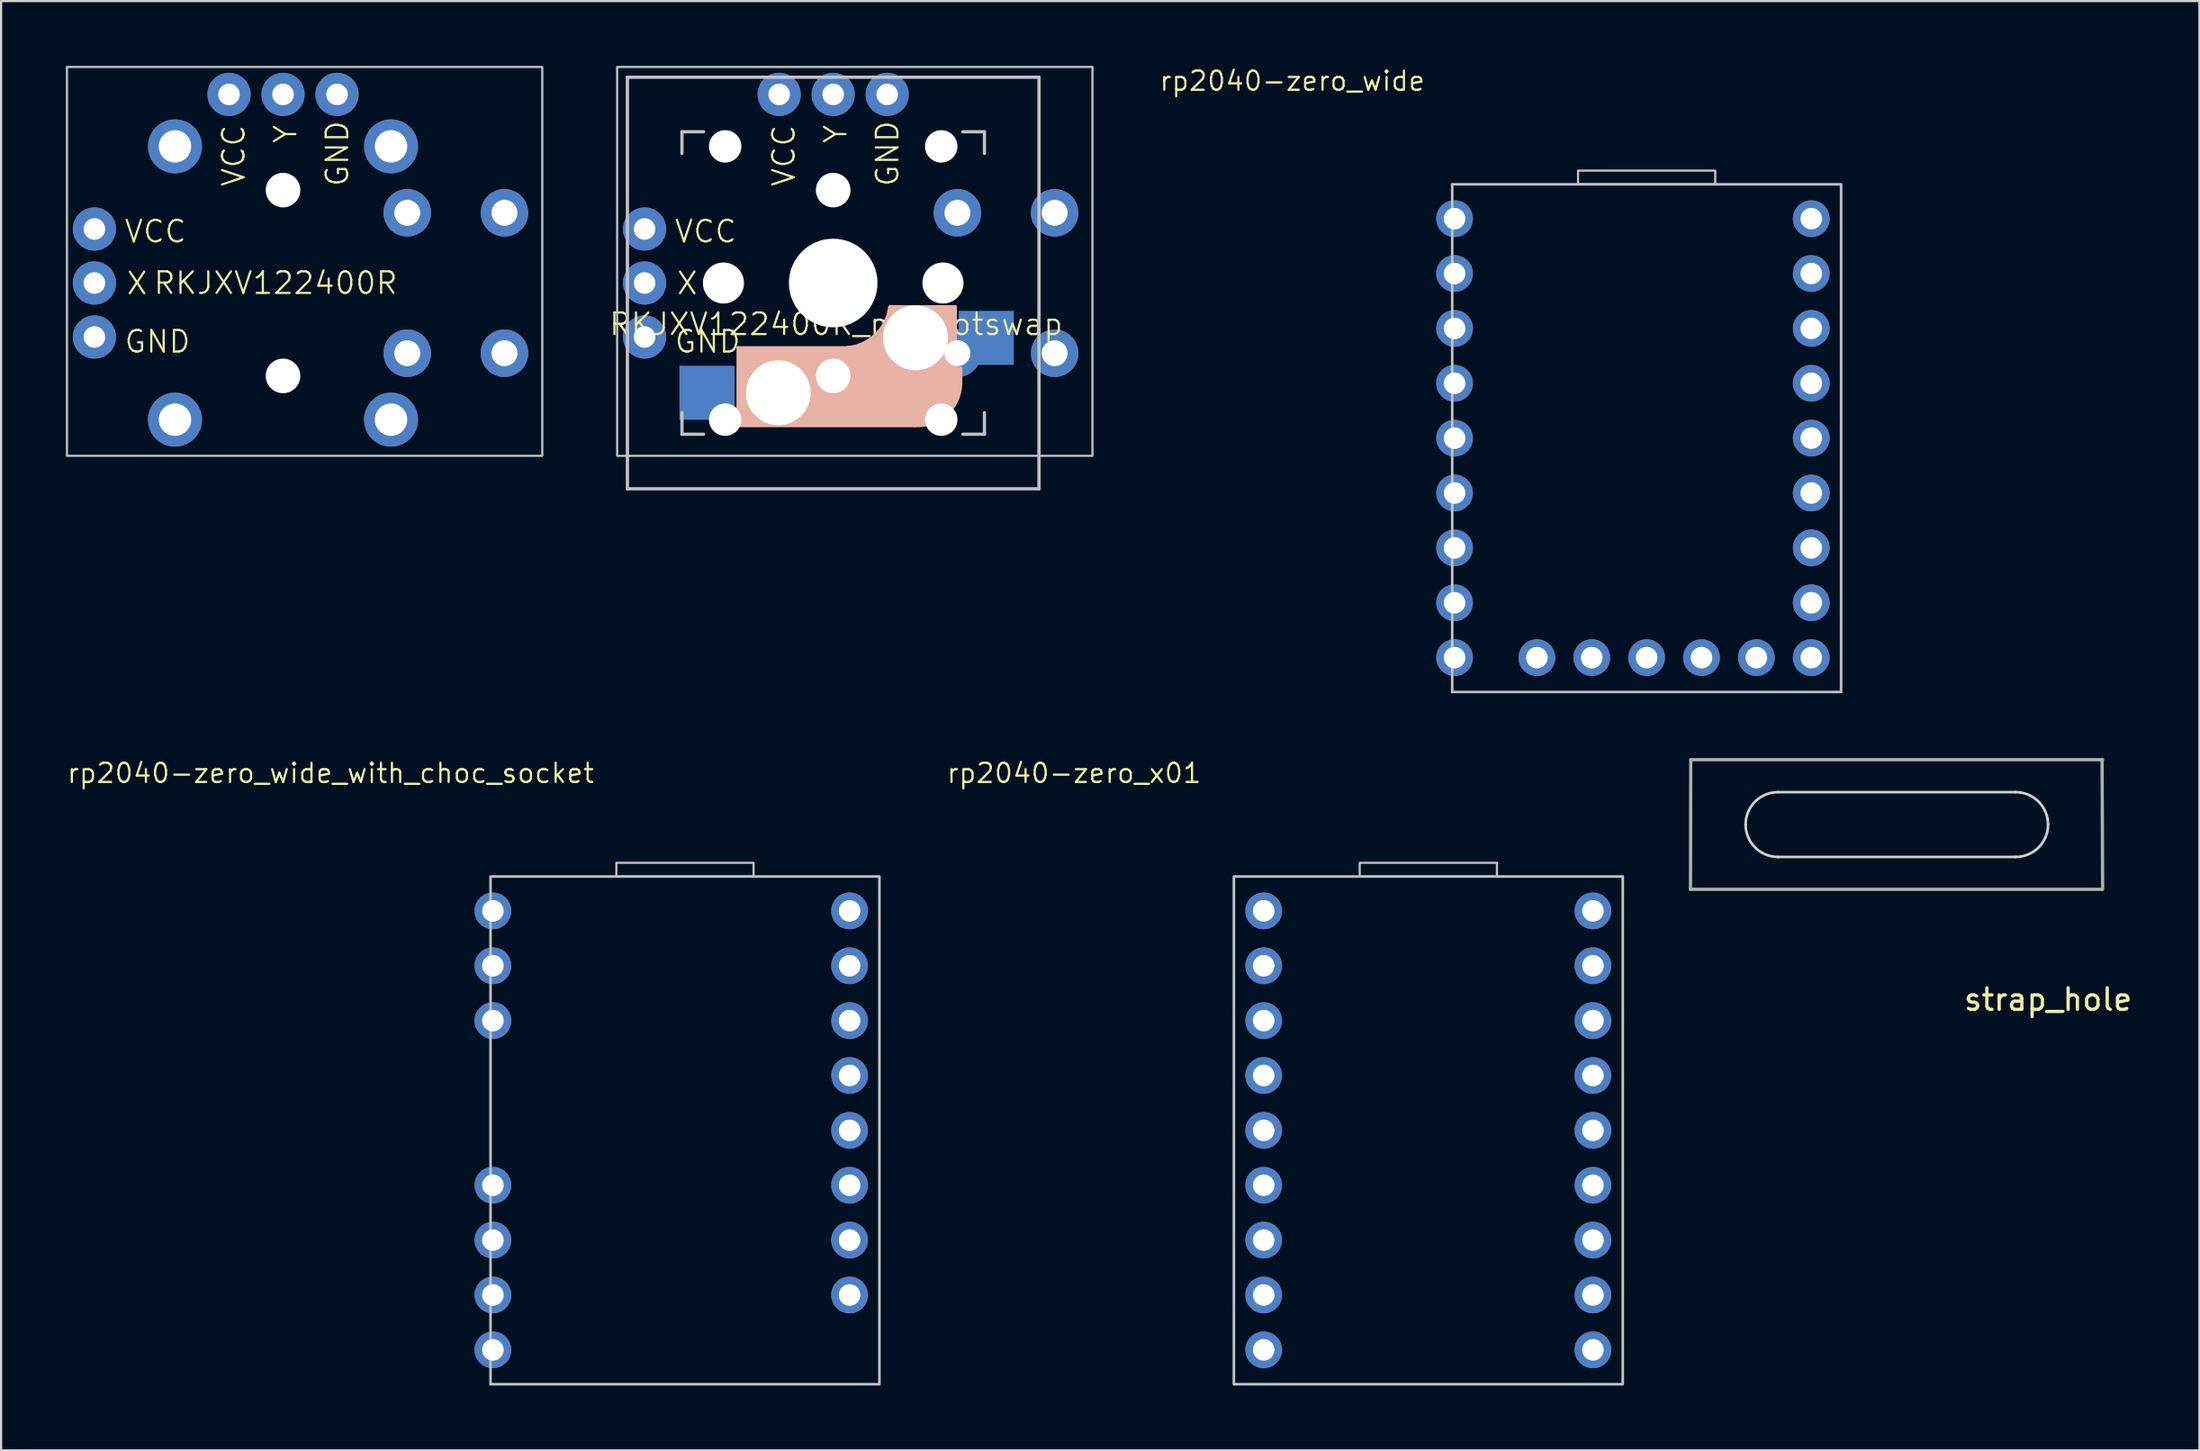
<source format=kicad_pcb>
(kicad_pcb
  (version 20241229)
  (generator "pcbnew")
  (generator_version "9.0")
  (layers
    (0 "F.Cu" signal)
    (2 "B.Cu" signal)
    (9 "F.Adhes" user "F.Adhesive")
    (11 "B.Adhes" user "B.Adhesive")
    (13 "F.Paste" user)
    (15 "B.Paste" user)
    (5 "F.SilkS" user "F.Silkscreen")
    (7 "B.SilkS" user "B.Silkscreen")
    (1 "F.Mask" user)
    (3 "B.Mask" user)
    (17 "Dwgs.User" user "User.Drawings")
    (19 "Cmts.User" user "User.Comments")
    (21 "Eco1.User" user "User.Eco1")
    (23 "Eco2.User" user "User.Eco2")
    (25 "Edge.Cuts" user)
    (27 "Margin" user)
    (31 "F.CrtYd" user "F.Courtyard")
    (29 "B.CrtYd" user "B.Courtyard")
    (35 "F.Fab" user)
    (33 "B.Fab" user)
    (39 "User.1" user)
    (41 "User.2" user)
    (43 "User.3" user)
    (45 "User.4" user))
  (footprint "RKJXV122400R_mx_hotswap"
    (layer "F.Cu")
    (at 35.515 10.05)
    (property "Reference" "RKJXV122400R_mx_hotswap" (at 0.135 1.905 0) (unlocked yes) (layer "F.SilkS") (effects (font (size 1 1) (thickness 0.1))))
    (attr smd)
    (fp_line (start -4.4 3) (end -4.4 6.6) (stroke (width 0.15) (type solid)) (layer "B.SilkS"))
    (fp_line (start -4.4 6.6) (end 3.8 6.6) (stroke (width 0.15) (type solid)) (layer "B.SilkS"))
    (fp_line (start -4.38 4) (end -4.38 6.25) (stroke (width 0.15) (type solid)) (layer "B.SilkS"))
    (fp_line (start -4.25 6.4) (end -3 6.4) (stroke (width 0.4) (type solid)) (layer "B.SilkS"))
    (fp_line (start -4.2 3.25) (end -2.9 3.3) (stroke (width 0.5) (type solid)) (layer "B.SilkS"))
    (fp_line (start -3.9 6) (end -3.9 3.5) (stroke (width 1) (type solid)) (layer "B.SilkS"))
    (fp_line (start -2.6 4.8) (end 4.1 4.8) (stroke (width 3.5) (type solid)) (layer "B.SilkS"))
    (fp_line (start 0.4 3) (end -4.4 3) (stroke (width 0.15) (type solid)) (layer "B.SilkS"))
    (fp_line (start 4.17 5.1) (end 4.17 2.86) (stroke (width 3) (type solid)) (layer "B.SilkS"))
    (fp_line (start 5.3 1.6) (end 5.3 3.4) (stroke (width 0.8) (type solid)) (layer "B.SilkS"))
    (fp_line (start 5.45 1.3) (end 3 1.3) (stroke (width 0.5) (type solid)) (layer "B.SilkS"))
    (fp_line (start 5.65 1.1) (end 2.62 1.1) (stroke (width 0.15) (type solid)) (layer "B.SilkS"))
    (fp_line (start 5.65 5.55) (end 5.65 1.1) (stroke (width 0.15) (type solid)) (layer "B.SilkS"))
    (fp_line (start 5.8 4.05) (end 5.8 4.7) (stroke (width 0.3) (type solid)) (layer "B.SilkS"))
    (fp_line (start 5.9 3.95) (end 5.7 3.95) (stroke (width 0.15) (type solid)) (layer "B.SilkS"))
    (fp_line (start 5.9 4.7) (end 5.9 3.95) (stroke (width 0.15) (type solid)) (layer "B.SilkS"))
    (fp_arc (start 2.616318 1.121471) (mid 1.868709 2.486118) (end 0.4 3) (stroke (width 0.15) (type solid)) (layer "B.SilkS"))
    (fp_arc (start 3.016318 1.521471) (mid 2.268709 2.886118) (end 0.8 3.4) (stroke (width 1) (type solid)) (layer "B.SilkS"))
    (fp_arc (start 5.9 4.699999) (mid 5.243504 6.084924) (end 3.800001 6.6) (stroke (width 0.15) (type solid)) (layer "B.SilkS"))
    (fp_line (start -9.525 -9.525) (end 9.525 -9.525) (stroke (width 0.15) (type solid)) (layer "Dwgs.User"))
    (fp_line (start -9.525 9.525) (end -9.525 -9.525) (stroke (width 0.15) (type solid)) (layer "Dwgs.User"))
    (fp_line (start -7 -7) (end -7 -6) (stroke (width 0.15) (type solid)) (layer "Dwgs.User"))
    (fp_line (start -7 7) (end -7 6) (stroke (width 0.15) (type solid)) (layer "Dwgs.User"))
    (fp_line (start -7 7) (end -6 7) (stroke (width 0.15) (type solid)) (layer "Dwgs.User"))
    (fp_line (start -6 -7) (end -7 -7) (stroke (width 0.15) (type solid)) (layer "Dwgs.User"))
    (fp_line (start 7 -7) (end 6 -7) (stroke (width 0.15) (type solid)) (layer "Dwgs.User"))
    (fp_line (start 7 -6) (end 7 -7) (stroke (width 0.15) (type solid)) (layer "Dwgs.User"))
    (fp_line (start 7 6) (end 7 7) (stroke (width 0.15) (type solid)) (layer "Dwgs.User"))
    (fp_line (start 7 7) (end 6 7) (stroke (width 0.15) (type solid)) (layer "Dwgs.User"))
    (fp_line (start 9.525 -9.525) (end 9.525 9.525) (stroke (width 0.15) (type solid)) (layer "Dwgs.User"))
    (fp_line (start 9.525 9.525) (end -9.525 9.525) (stroke (width 0.15) (type solid)) (layer "Dwgs.User"))
    (fp_rect (start -10 8) (end 12 -10) (stroke (width 0.1) (type default)) (fill no) (layer "Dwgs.User"))
    (fp_text user "X" (at -7.3 0.6 0) (unlocked yes) (layer "F.SilkS") (effects (font (size 1 1) (thickness 0.1)) (justify left bottom)))
    (fp_text user "GND" (at 3.1 -4.4 90) (unlocked yes) (layer "F.SilkS") (effects (font (size 1 1) (thickness 0.1)) (justify left bottom)))
    (fp_text user "VCC" (at -1.7 -4.4 90) (unlocked yes) (layer "F.SilkS") (effects (font (size 1 1) (thickness 0.1)) (justify left bottom)))
    (fp_text user "Y" (at 0.7 -6.4 90) (unlocked yes) (layer "F.SilkS") (effects (font (size 1 1) (thickness 0.1)) (justify left bottom)))
    (fp_text user "GND" (at -7.4 3.3 0) (unlocked yes) (layer "F.SilkS") (effects (font (size 1 1) (thickness 0.1)) (justify left bottom)))
    (fp_text user "VCC" (at -7.4 -1.8 0) (unlocked yes) (layer "F.SilkS") (effects (font (size 1 1) (thickness 0.1)) (justify left bottom)))
    (pad "" np_thru_hole circle (at -5.08 0 180) (size 1.9 1.9) (drill 1.9) (layers "*.Cu" "*.Mask"))
    (pad "" np_thru_hole circle (at -5 -6.325 90) (size 1.5 1.5) (drill 1.5) (layers "*.Cu" "*.Mask"))
    (pad "" np_thru_hole circle (at -5 6.325 90) (size 1.5 1.5) (drill 1.5) (layers "*.Cu" "*.Mask"))
    (pad "" np_thru_hole circle (at -2.54 5.08 180) (size 3 3) (drill 3) (layers "*.Cu" "*.Mask"))
    (pad "" np_thru_hole circle (at 0 -4.3 90) (size 1.6 1.6) (drill 1.6) (layers "*.Cu" "*.Mask"))
    (pad "" np_thru_hole circle (at 0 0 270) (size 4.1 4.1) (drill 4.1) (layers "*.Cu" "*.Mask"))
    (pad "" np_thru_hole circle (at 0 4.3 90) (size 1.6 1.6) (drill 1.6) (layers "*.Cu" "*.Mask"))
    (pad "" np_thru_hole circle (at 3.81 2.54 180) (size 3 3) (drill 3) (layers "*.Cu" "*.Mask"))
    (pad "" np_thru_hole circle (at 5 -6.325 90) (size 1.5 1.5) (drill 1.5) (layers "*.Cu" "*.Mask"))
    (pad "" np_thru_hole circle (at 5 6.325 90) (size 1.5 1.5) (drill 1.5) (layers "*.Cu" "*.Mask"))
    (pad "" np_thru_hole circle (at 5.08 0 180) (size 1.9 1.9) (drill 1.9) (layers "*.Cu" "*.Mask"))
    (pad "1" thru_hole circle (at 2.5 -8.73 90) (size 2 2) (drill 1) (layers "*.Cu" "*.Mask"))
    (pad "2" thru_hole circle (at 0 -8.73 90) (size 2 2) (drill 1) (layers "*.Cu" "*.Mask"))
    (pad "3" thru_hole circle (at -2.5 -8.73 90) (size 2 2) (drill 1) (layers "*.Cu" "*.Mask"))
    (pad "4" thru_hole circle (at -8.73 -2.5 90) (size 2 2) (drill 1) (layers "*.Cu" "*.Mask"))
    (pad "5" thru_hole circle (at -8.73 0 90) (size 2 2) (drill 1) (layers "*.Cu" "*.Mask"))
    (pad "6" thru_hole circle (at -8.73 2.5 90) (size 2 2) (drill 1) (layers "*.Cu" "*.Mask"))
    (pad "7" thru_hole circle (at 5.75 -3.25 90) (size 2.2 2.2) (drill 1.2) (layers "*.Cu" "*.Mask"))
    (pad "7" thru_hole circle (at 5.75 3.25 90) (size 2.2 2.2) (drill 1.2) (layers "*.Cu" "*.Mask"))
    (pad "7" smd rect (at 7.085 2.54) (size 2.55 2.5) (layers "B.Cu" "B.Mask" "B.Paste"))
    (pad "8" smd rect (at -5.842 5.08) (size 2.55 2.5) (layers "B.Cu" "B.Mask" "B.Paste"))
    (pad "8" thru_hole circle (at 10.25 -3.25 90) (size 2.2 2.2) (drill 1.2) (layers "*.Cu" "*.Mask"))
    (pad "8" thru_hole circle (at 10.25 3.25 90) (size 2.2 2.2) (drill 1.2) (layers "*.Cu" "*.Mask")))
  (footprint "rp2040-zero_x01"
    (layer "F.Cu")
    (at 63.061 49.272)
    (property "Reference" "rp2040-zero_x01" (at -16.399 -16.533 0) (layer "F.SilkS") (effects (font (size 0.889 0.889) (thickness 0.102))))
    (attr through_hole exclude_from_pos_files)
    (fp_rect (start -9 -11.75) (end 9 11.75) (stroke (width 0.12) (type solid)) (fill no) (layer "Dwgs.User"))
    (fp_rect (start -3.175 -11.75) (end 3.175 -12.385) (stroke (width 0.1) (type default)) (fill no) (layer "Dwgs.User"))
    (pad "1" thru_hole oval (at 7.62 -10.16 180) (size 1.7 1.7) (drill 1) (layers "*.Cu" "*.Mask"))
    (pad "2" thru_hole oval (at 7.62 -7.62 180) (size 1.7 1.7) (drill 1) (layers "*.Cu" "*.Mask"))
    (pad "3" thru_hole oval (at 7.62 -5.08 180) (size 1.7 1.7) (drill 1) (layers "*.Cu" "*.Mask"))
    (pad "4" thru_hole oval (at 7.62 -2.54 180) (size 1.7 1.7) (drill 1) (layers "*.Cu" "*.Mask"))
    (pad "5" thru_hole oval (at 7.62 0 180) (size 1.7 1.7) (drill 1) (layers "*.Cu" "*.Mask"))
    (pad "6" thru_hole oval (at 7.62 2.54 180) (size 1.7 1.7) (drill 1) (layers "*.Cu" "*.Mask"))
    (pad "7" thru_hole oval (at 7.62 5.08 180) (size 1.7 1.7) (drill 1) (layers "*.Cu" "*.Mask"))
    (pad "8" thru_hole oval (at 7.62 7.62 180) (size 1.7 1.7) (drill 1) (layers "*.Cu" "*.Mask"))
    (pad "9" thru_hole oval (at 7.62 10.16 180) (size 1.7 1.7) (drill 1) (layers "*.Cu" "*.Mask"))
    (pad "15" thru_hole oval (at -7.62 10.16 180) (size 1.7 1.7) (drill 1) (layers "*.Cu" "*.Mask"))
    (pad "16" thru_hole oval (at -7.62 7.62 180) (size 1.7 1.7) (drill 1) (layers "*.Cu" "*.Mask"))
    (pad "17" thru_hole oval (at -7.62 5.08 180) (size 1.7 1.7) (drill 1) (layers "*.Cu" "*.Mask"))
    (pad "18" thru_hole oval (at -7.62 2.54 180) (size 1.7 1.7) (drill 1) (layers "*.Cu" "*.Mask"))
    (pad "19" thru_hole oval (at -7.62 0 180) (size 1.7 1.7) (drill 1) (layers "*.Cu" "*.Mask"))
    (pad "20" thru_hole oval (at -7.62 -2.54 180) (size 1.7 1.7) (drill 1) (layers "*.Cu" "*.Mask"))
    (pad "21" thru_hole oval (at -7.62 -5.08) (size 1.7 1.7) (drill 1) (layers "*.Cu" "*.Mask"))
    (pad "22" thru_hole oval (at -7.62 -7.62) (size 1.7 1.7) (drill 1) (layers "*.Cu" "*.Mask"))
    (pad "23" thru_hole oval (at -7.62 -10.16) (size 1.7 1.7) (drill 1) (layers "*.Cu" "*.Mask")))
  (footprint "strap_hole"
    (layer "F.Cu")
    (at 84.746 35.116)
    (property "Reference" "strap_hole" (at 7 8.1 0) (layer "F.SilkS") (effects (font (size 1 1) (thickness 0.15))))
    (attr through_hole)
    (fp_line (start -5.5 1.5) (end 5.5 1.5) (stroke (width 0.12) (type solid)) (layer "Edge.Cuts"))
    (fp_line (start 5.5 -1.5) (end -5.5 -1.5) (stroke (width 0.12) (type solid)) (layer "Edge.Cuts"))
    (fp_arc (start -7 0) (mid -6.56066 -1.06066) (end -5.5 -1.5) (stroke (width 0.12) (type default)) (layer "Edge.Cuts"))
    (fp_arc (start -5.5 1.5) (mid -6.56066 1.06066) (end -7 0) (stroke (width 0.12) (type default)) (layer "Edge.Cuts"))
    (fp_arc (start 5.5 -1.5) (mid 6.56066 -1.06066) (end 7 0) (stroke (width 0.12) (type default)) (layer "Edge.Cuts"))
    (fp_arc (start 7 0) (mid 6.56066 1.06066) (end 5.5 1.5) (stroke (width 0.12) (type default)) (layer "Edge.Cuts"))
    (fp_line (start -9.55 3) (end 9.5 3) (stroke (width 0.15) (type solid)) (layer "F.Fab"))
    (fp_line (start -9.538 -3) (end -9.55 3) (stroke (width 0.15) (type solid)) (layer "F.Fab"))
    (fp_line (start 9.525 -3) (end -9.525 -3) (stroke (width 0.15) (type solid)) (layer "F.Fab"))
    (fp_line (start 9.525 3) (end 9.5 -3) (stroke (width 0.15) (type solid)) (layer "F.Fab")))
  (footprint "rp2040-zero_wide_with_choc_socket"
    (layer "F.Cu")
    (at 28.654 49.272)
    (property "Reference" "rp2040-zero_wide_with_choc_socket" (at -16.399 -16.533 0) (layer "F.SilkS") (effects (font (size 0.889 0.889) (thickness 0.102))))
    (attr through_hole exclude_from_pos_files)
    (fp_rect (start -9 -11.75) (end 9 11.75) (stroke (width 0.12) (type solid)) (fill no) (layer "Dwgs.User"))
    (fp_rect (start -3.175 -11.75) (end 3.175 -12.385) (stroke (width 0.1) (type default)) (fill no) (layer "Dwgs.User"))
    (pad "1" thru_hole oval (at 7.62 -10.16 180) (size 1.7 1.7) (drill 1) (layers "*.Cu" "*.Mask"))
    (pad "2" thru_hole oval (at 7.62 -7.62 180) (size 1.7 1.7) (drill 1) (layers "*.Cu" "*.Mask"))
    (pad "3" thru_hole oval (at 7.62 -5.08 180) (size 1.7 1.7) (drill 1) (layers "*.Cu" "*.Mask"))
    (pad "4" thru_hole oval (at 7.62 -2.54 180) (size 1.7 1.7) (drill 1) (layers "*.Cu" "*.Mask"))
    (pad "5" thru_hole oval (at 7.62 0 180) (size 1.7 1.7) (drill 1) (layers "*.Cu" "*.Mask"))
    (pad "6" thru_hole oval (at 7.62 2.54 180) (size 1.7 1.7) (drill 1) (layers "*.Cu" "*.Mask"))
    (pad "7" thru_hole oval (at 7.62 5.08 180) (size 1.7 1.7) (drill 1) (layers "*.Cu" "*.Mask"))
    (pad "8" thru_hole oval (at 7.62 7.62 180) (size 1.7 1.7) (drill 1) (layers "*.Cu" "*.Mask"))
    (pad "15" thru_hole oval (at -8.89 10.16 180) (size 1.7 1.7) (drill 1) (layers "*.Cu" "*.Mask"))
    (pad "16" thru_hole oval (at -8.89 7.62 180) (size 1.7 1.7) (drill 1) (layers "*.Cu" "*.Mask"))
    (pad "17" thru_hole oval (at -8.89 5.08 180) (size 1.7 1.7) (drill 1) (layers "*.Cu" "*.Mask"))
    (pad "18" thru_hole oval (at -8.89 2.54 180) (size 1.7 1.7) (drill 1) (layers "*.Cu" "*.Mask"))
    (pad "21" thru_hole oval (at -8.89 -5.08) (size 1.7 1.7) (drill 1) (layers "*.Cu" "*.Mask"))
    (pad "22" thru_hole oval (at -8.89 -7.62) (size 1.7 1.7) (drill 1) (layers "*.Cu" "*.Mask"))
    (pad "23" thru_hole oval (at -8.89 -10.16) (size 1.7 1.7) (drill 1) (layers "*.Cu" "*.Mask")))
  (footprint "rp2040-zero_wide"
    (layer "F.Cu")
    (at 73.166 17.231)
    (property "Reference" "rp2040-zero_wide" (at -16.399 -16.533 0) (layer "F.SilkS") (effects (font (size 0.889 0.889) (thickness 0.102))))
    (attr through_hole exclude_from_pos_files)
    (fp_rect (start -9 -11.75) (end 9 11.75) (stroke (width 0.12) (type solid)) (fill no) (layer "Dwgs.User"))
    (fp_rect (start -3.175 -11.75) (end 3.175 -12.385) (stroke (width 0.1) (type default)) (fill no) (layer "Dwgs.User"))
    (pad "1" thru_hole oval (at 7.62 -10.16 180) (size 1.7 1.7) (drill 1) (layers "*.Cu" "*.Mask"))
    (pad "2" thru_hole oval (at 7.62 -7.62 180) (size 1.7 1.7) (drill 1) (layers "*.Cu" "*.Mask"))
    (pad "3" thru_hole oval (at 7.62 -5.08 180) (size 1.7 1.7) (drill 1) (layers "*.Cu" "*.Mask"))
    (pad "4" thru_hole oval (at 7.62 -2.54 180) (size 1.7 1.7) (drill 1) (layers "*.Cu" "*.Mask"))
    (pad "5" thru_hole oval (at 7.62 0 180) (size 1.7 1.7) (drill 1) (layers "*.Cu" "*.Mask"))
    (pad "6" thru_hole oval (at 7.62 2.54 180) (size 1.7 1.7) (drill 1) (layers "*.Cu" "*.Mask"))
    (pad "7" thru_hole oval (at 7.62 5.08 180) (size 1.7 1.7) (drill 1) (layers "*.Cu" "*.Mask"))
    (pad "8" thru_hole oval (at 7.62 7.62 180) (size 1.7 1.7) (drill 1) (layers "*.Cu" "*.Mask"))
    (pad "9" thru_hole oval (at 7.62 10.16 180) (size 1.7 1.7) (drill 1) (layers "*.Cu" "*.Mask"))
    (pad "10" thru_hole oval (at 5.08 10.16 180) (size 1.7 1.7) (drill 1) (layers "*.Cu" "*.Mask"))
    (pad "11" thru_hole oval (at 2.54 10.16 180) (size 1.7 1.7) (drill 1) (layers "*.Cu" "*.Mask"))
    (pad "12" thru_hole oval (at 0 10.16 180) (size 1.7 1.7) (drill 1) (layers "*.Cu" "*.Mask"))
    (pad "13" thru_hole oval (at -2.54 10.16 180) (size 1.7 1.7) (drill 1) (layers "*.Cu" "*.Mask"))
    (pad "14" thru_hole oval (at -5.08 10.16 180) (size 1.7 1.7) (drill 1) (layers "*.Cu" "*.Mask"))
    (pad "15" thru_hole oval (at -8.89 10.16 180) (size 1.7 1.7) (drill 1) (layers "*.Cu" "*.Mask"))
    (pad "16" thru_hole oval (at -8.89 7.62 180) (size 1.7 1.7) (drill 1) (layers "*.Cu" "*.Mask"))
    (pad "17" thru_hole oval (at -8.89 5.08 180) (size 1.7 1.7) (drill 1) (layers "*.Cu" "*.Mask"))
    (pad "18" thru_hole oval (at -8.89 2.54 180) (size 1.7 1.7) (drill 1) (layers "*.Cu" "*.Mask"))
    (pad "19" thru_hole oval (at -8.89 0 180) (size 1.7 1.7) (drill 1) (layers "*.Cu" "*.Mask"))
    (pad "20" thru_hole oval (at -8.89 -2.54 180) (size 1.7 1.7) (drill 1) (layers "*.Cu" "*.Mask"))
    (pad "21" thru_hole oval (at -8.89 -5.08) (size 1.7 1.7) (drill 1) (layers "*.Cu" "*.Mask"))
    (pad "22" thru_hole oval (at -8.89 -7.62) (size 1.7 1.7) (drill 1) (layers "*.Cu" "*.Mask"))
    (pad "23" thru_hole oval (at -8.89 -10.16) (size 1.7 1.7) (drill 1) (layers "*.Cu" "*.Mask")))
  (footprint "RKJXV122400R"
    (layer "F.Cu")
    (at 10.05 10.05)
    (property "Reference" "RKJXV122400R" (at -0.34 0 0) (unlocked yes) (layer "F.SilkS") (effects (font (size 1 1) (thickness 0.1))))
    (attr smd)
    (fp_rect (start -10 8) (end 12 -10) (stroke (width 0.1) (type default)) (fill no) (layer "Dwgs.User"))
    (fp_text user "VCC" (at -7.4 -1.8 0) (unlocked yes) (layer "F.SilkS") (effects (font (size 1 1) (thickness 0.1)) (justify left bottom)))
    (fp_text user "GND" (at -7.4 3.3 0) (unlocked yes) (layer "F.SilkS") (effects (font (size 1 1) (thickness 0.1)) (justify left bottom)))
    (fp_text user "Y" (at 0.7 -6.4 90) (unlocked yes) (layer "F.SilkS") (effects (font (size 1 1) (thickness 0.1)) (justify left bottom)))
    (fp_text user "VCC" (at -1.7 -4.4 90) (unlocked yes) (layer "F.SilkS") (effects (font (size 1 1) (thickness 0.1)) (justify left bottom)))
    (fp_text user "GND" (at 3.1 -4.4 90) (unlocked yes) (layer "F.SilkS") (effects (font (size 1 1) (thickness 0.1)) (justify left bottom)))
    (fp_text user "X" (at -7.3 0.6 0) (unlocked yes) (layer "F.SilkS") (effects (font (size 1 1) (thickness 0.1)) (justify left bottom)))
    (pad "" thru_hole circle (at -5 -6.325 90) (size 2.5 2.5) (drill 1.5) (layers "*.Cu" "*.Mask"))
    (pad "" thru_hole circle (at -5 6.325 90) (size 2.5 2.5) (drill 1.5) (layers "*.Cu" "*.Mask"))
    (pad "" np_thru_hole circle (at 0 -4.3 90) (size 1.6 1.6) (drill 1.6) (layers "*.Cu" "*.Mask"))
    (pad "" np_thru_hole circle (at 0 4.3 90) (size 1.6 1.6) (drill 1.6) (layers "*.Cu" "*.Mask"))
    (pad "" thru_hole circle (at 5 -6.325 90) (size 2.5 2.5) (drill 1.5) (layers "*.Cu" "*.Mask"))
    (pad "" thru_hole circle (at 5 6.325 90) (size 2.5 2.5) (drill 1.5) (layers "*.Cu" "*.Mask"))
    (pad "1" thru_hole circle (at 2.5 -8.73 90) (size 2 2) (drill 1) (layers "*.Cu" "*.Mask"))
    (pad "2" thru_hole circle (at 0 -8.73 90) (size 2 2) (drill 1) (layers "*.Cu" "*.Mask"))
    (pad "3" thru_hole circle (at -2.5 -8.73 90) (size 2 2) (drill 1) (layers "*.Cu" "*.Mask"))
    (pad "4" thru_hole circle (at -8.73 -2.5 90) (size 2 2) (drill 1) (layers "*.Cu" "*.Mask"))
    (pad "5" thru_hole circle (at -8.73 0 90) (size 2 2) (drill 1) (layers "*.Cu" "*.Mask"))
    (pad "6" thru_hole circle (at -8.73 2.5 90) (size 2 2) (drill 1) (layers "*.Cu" "*.Mask"))
    (pad "7" thru_hole circle (at 5.75 -3.25 90) (size 2.2 2.2) (drill 1.2) (layers "*.Cu" "*.Mask"))
    (pad "7" thru_hole circle (at 5.75 3.25 90) (size 2.2 2.2) (drill 1.2) (layers "*.Cu" "*.Mask"))
    (pad "8" thru_hole circle (at 10.25 -3.25 90) (size 2.2 2.2) (drill 1.2) (layers "*.Cu" "*.Mask"))
    (pad "8" thru_hole circle (at 10.25 3.25 90) (size 2.2 2.2) (drill 1.2) (layers "*.Cu" "*.Mask")))
  (gr_rect
    (start -3 -3)
    (end 98.752 64.082)
    (stroke (width 0.1) (type default))
    (fill no)
    (layer "Edge.Cuts")))
</source>
